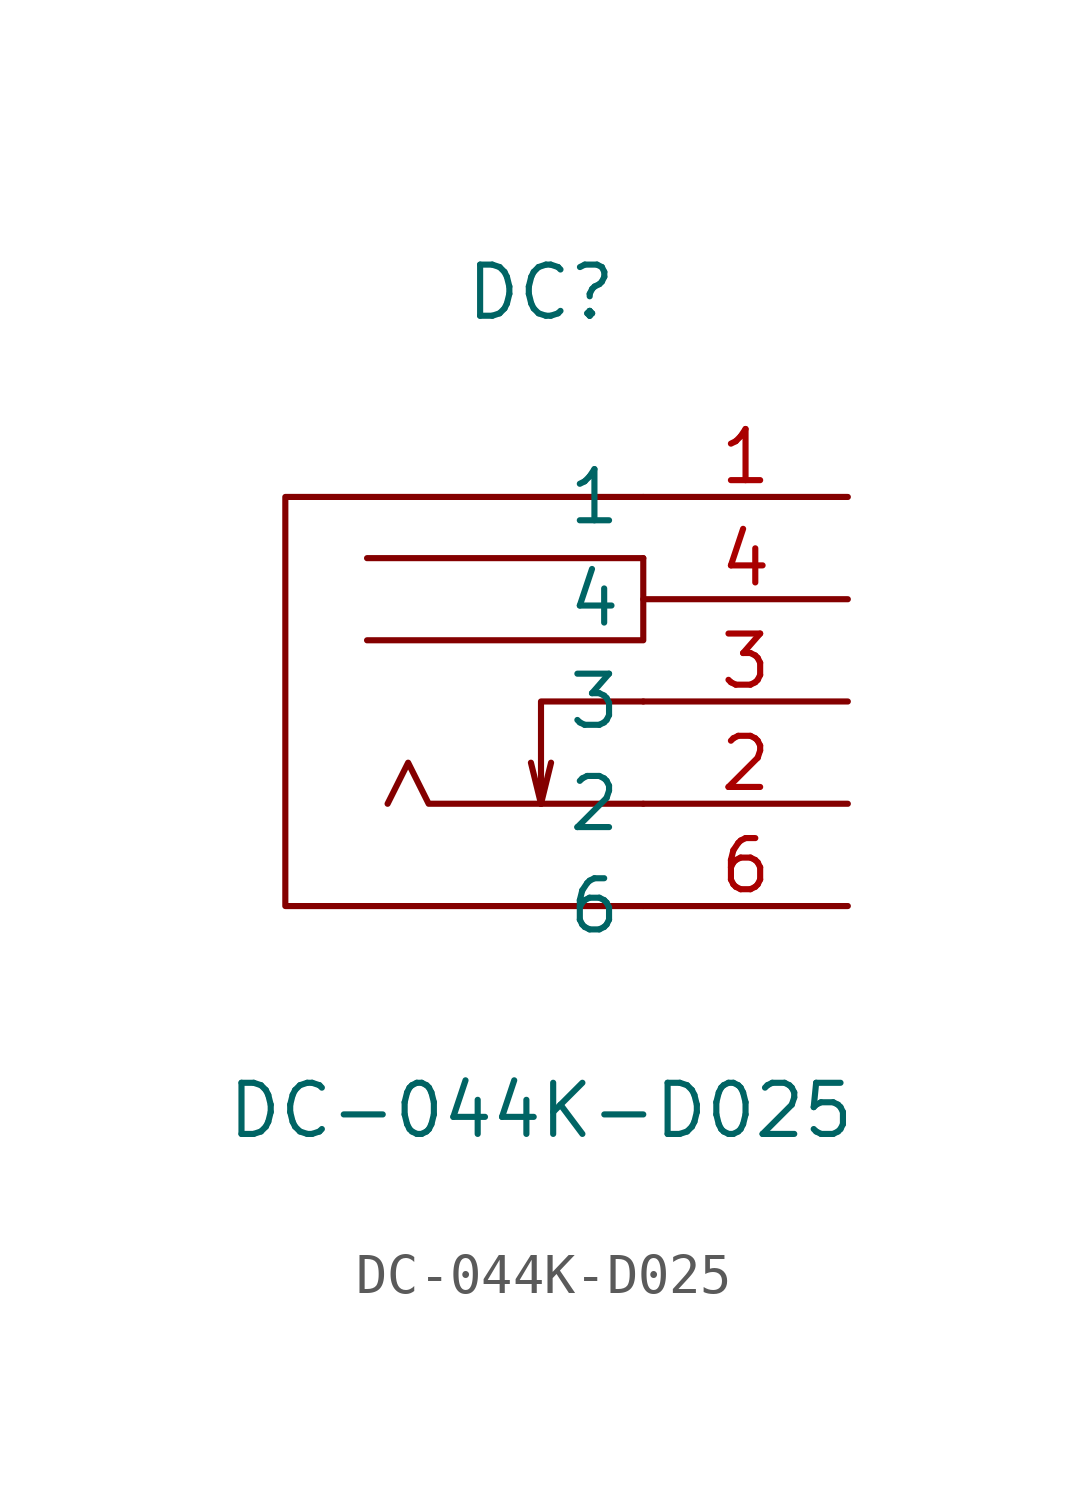
<source format=kicad_sym>
(kicad_symbol_lib
  (version 20211014)
  (generator https://github.com/uPesy/easyeda2kicad.py)
  (symbol "DC-044K-D025"
    (property "Reference" "DC"
      (at 0 10.16 0)
      (effects (font (size 1.27 1.27))))
    (property "Value" "DC-044K-D025"
      (at 0 -10.16 0)
      (effects (font (size 1.27 1.27))))
    (symbol "DC-044K-D025_0_1"
      (polyline (pts (xy -4.32 3.56)) (stroke (width 0) (type default) (color 0 0 0 0)) (fill (type background)))
      (polyline (pts (xy 2.54 3.56) (xy 2.54 1.52) (xy -4.32 1.52)) (stroke (width 0) (type default) (color 0 0 0 0)) (fill (type none)))
      (polyline (pts (xy 2.54 3.56) (xy -4.32 3.56)) (stroke (width 0) (type default) (color 0 0 0 0)) (fill (type none)))
      (polyline (pts (xy 2.54 -2.54) (xy -2.79 -2.54) (xy -3.30 -1.52) (xy -3.81 -2.54)) (stroke (width 0) (type default) (color 0 0 0 0)) (fill (type none)))
      (polyline (pts (xy 2.54 -0.00) (xy 0.00 -0.00) (xy 0.00 -2.54)) (stroke (width 0) (type default) (color 0 0 0 0)) (fill (type none)))
      (polyline (pts (xy 0.00 -2.54) (xy -0.25 -1.52)) (stroke (width 0) (type default) (color 0 0 0 0)) (fill (type none)))
      (polyline (pts (xy 0.00 -2.54) (xy 0.25 -1.52)) (stroke (width 0) (type default) (color 0 0 0 0)) (fill (type none)))
      (polyline (pts (xy 2.54 5.08) (xy -6.35 5.08) (xy -6.35 -5.08) (xy 2.54 -5.08)) (stroke (width 0) (type default) (color 0 0 0 0)) (fill (type none)))
      (pin unspecified line (at 7.62 5.08 180) (length 5.08) (name "1" (effects (font (size 1.27 1.27)))) (number "1" (effects (font (size 1.27 1.27)))))
      (pin unspecified line (at 7.62 -2.54 180) (length 5.08) (name "2" (effects (font (size 1.27 1.27)))) (number "2" (effects (font (size 1.27 1.27)))))
      (pin unspecified line (at 7.62 -0.00 180) (length 5.08) (name "3" (effects (font (size 1.27 1.27)))) (number "3" (effects (font (size 1.27 1.27)))))
      (pin unspecified line (at 7.62 2.54 180) (length 5.08) (name "4" (effects (font (size 1.27 1.27)))) (number "4" (effects (font (size 1.27 1.27)))))
      (pin unspecified line (at 7.62 -5.08 180) (length 5.08) (name "6" (effects (font (size 1.27 1.27)))) (number "6" (effects (font (size 1.27 1.27))))))))
</source>
